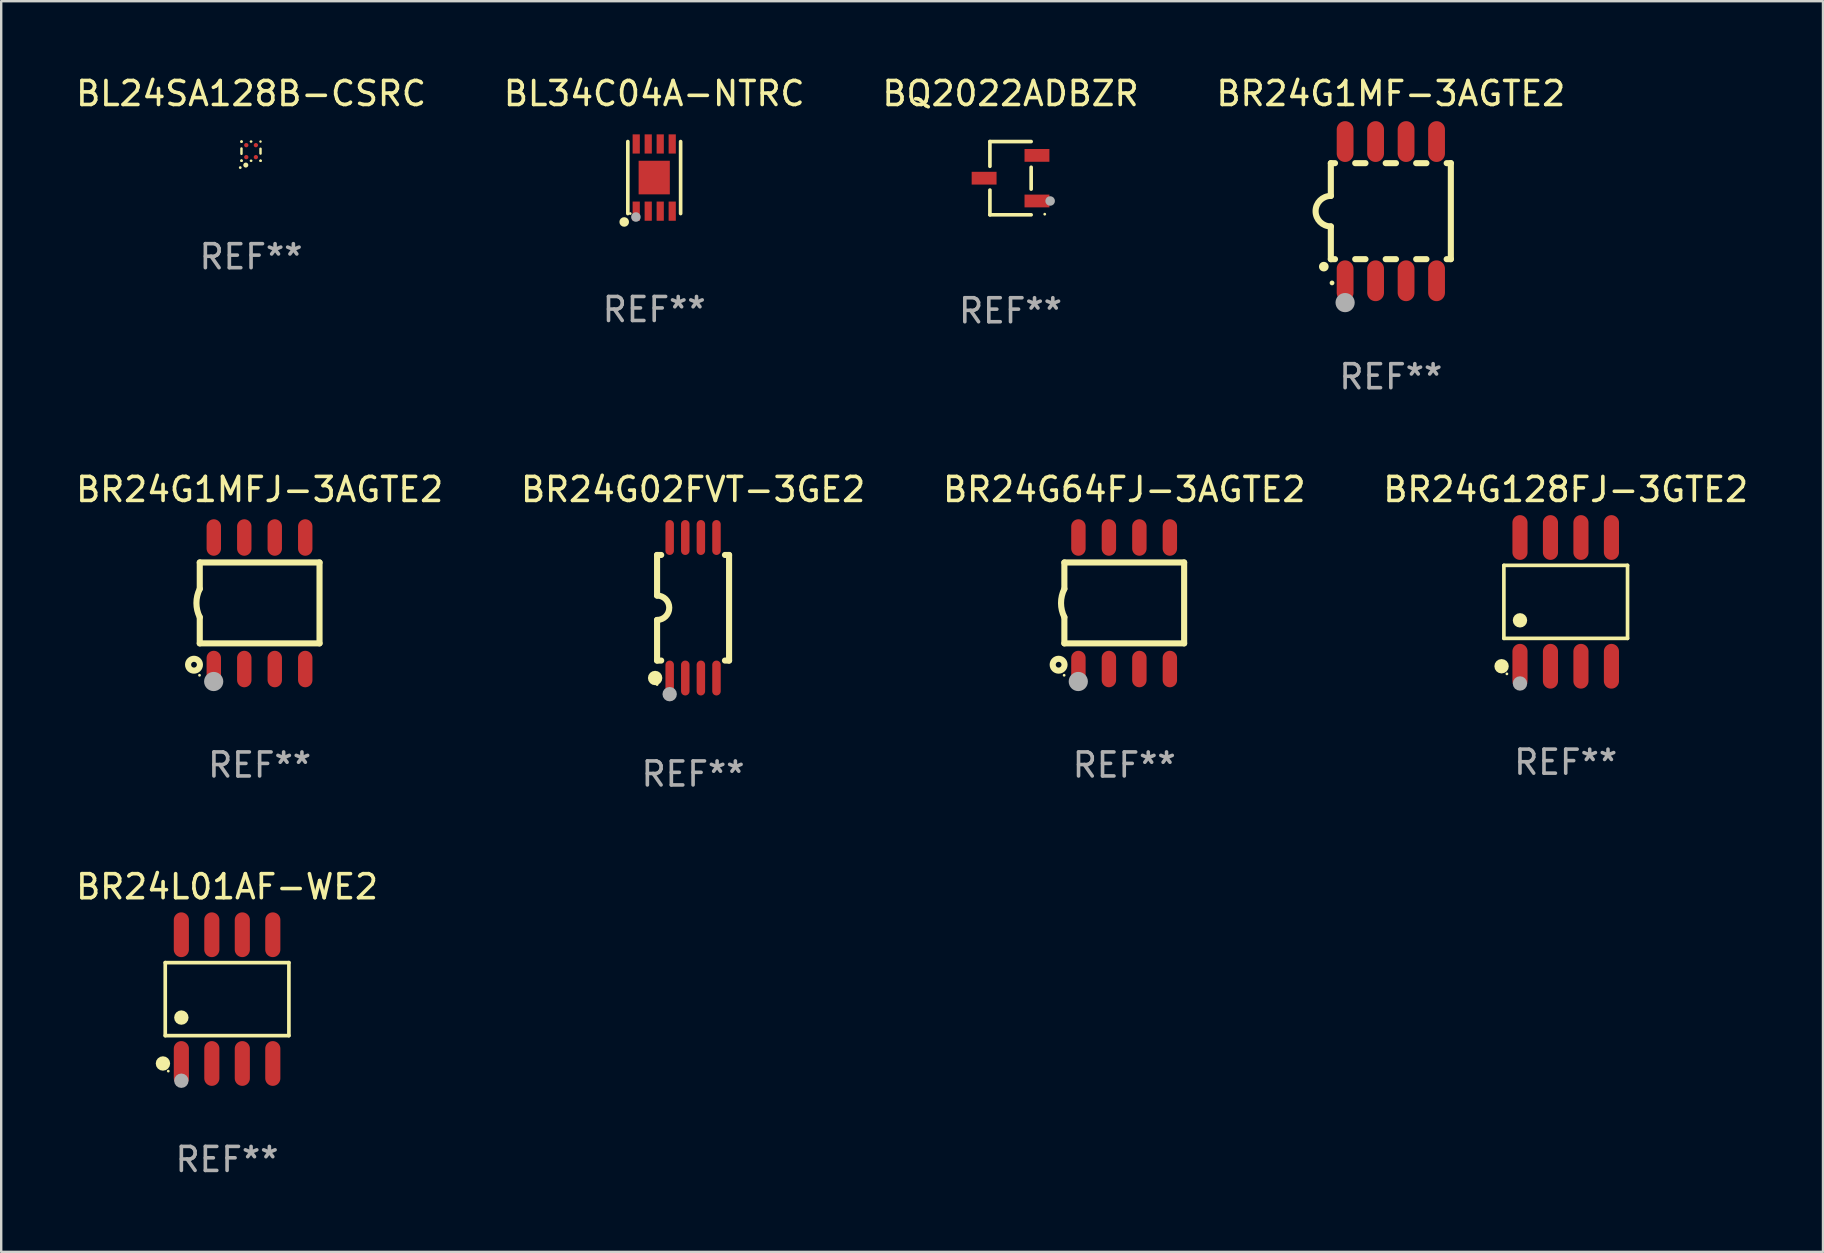
<source format=kicad_pcb>
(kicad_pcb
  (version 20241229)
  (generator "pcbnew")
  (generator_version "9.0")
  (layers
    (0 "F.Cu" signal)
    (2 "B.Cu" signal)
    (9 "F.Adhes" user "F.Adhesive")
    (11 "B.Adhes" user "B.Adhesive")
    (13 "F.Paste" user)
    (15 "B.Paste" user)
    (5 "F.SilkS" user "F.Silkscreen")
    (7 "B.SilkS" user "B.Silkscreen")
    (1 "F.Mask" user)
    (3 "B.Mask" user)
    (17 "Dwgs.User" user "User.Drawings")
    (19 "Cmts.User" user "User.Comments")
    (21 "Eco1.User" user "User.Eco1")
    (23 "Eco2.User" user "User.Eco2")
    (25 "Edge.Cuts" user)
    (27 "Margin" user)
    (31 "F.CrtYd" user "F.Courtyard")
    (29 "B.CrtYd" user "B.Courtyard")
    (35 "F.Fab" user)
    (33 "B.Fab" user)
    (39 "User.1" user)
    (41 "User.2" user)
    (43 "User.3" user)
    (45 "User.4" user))
  (footprint "BR24G02FVT-3GE2"
    (layer "F.Cu")
    (at 25.827 22.272)
    (property "Reference" "BR24G02FVT-3GE2" (at 0 -4.927 0) (layer "F.SilkS") (effects (font (size 1 1) (thickness 0.15))))
    (attr through_hole)
    (fp_line (start -1.5 -2.2) (end -1.5 -0.508) (stroke (width 0.254) (type solid)) (layer "F.SilkS"))
    (fp_line (start -1.5 -2.2) (end -1.328 -2.2) (stroke (width 0.254) (type solid)) (layer "F.SilkS"))
    (fp_line (start -1.5 2.2) (end -1.5 0.508) (stroke (width 0.254) (type solid)) (layer "F.SilkS"))
    (fp_line (start -1.5 2.2) (end -1.328 2.2) (stroke (width 0.254) (type solid)) (layer "F.SilkS"))
    (fp_line (start 1.328 -2.2) (end 1.5 -2.2) (stroke (width 0.254) (type solid)) (layer "F.SilkS"))
    (fp_line (start 1.328 2.2) (end 1.5 2.2) (stroke (width 0.254) (type solid)) (layer "F.SilkS"))
    (fp_line (start 1.5 -2.2) (end 1.5 2.2) (stroke (width 0.254) (type solid)) (layer "F.SilkS"))
    (fp_arc (start -1.501144 -0.508) (mid -0.993143 -0.000571) (end -1.5 0.508001) (stroke (width 0.254001) (type solid)) (layer "F.SilkS"))
    (fp_circle (center -1.581 2.927) (end -1.431 2.927) (stroke (width 0.3) (type solid)) (fill no) (layer "F.SilkS"))
    (fp_circle (center -1.5 3.2) (end -1.47 3.2) (stroke (width 0.06) (type solid)) (fill no) (layer "F.SilkS"))
    (fp_circle (center -0.975 3.6) (end -0.825 3.6) (stroke (width 0.3) (type solid)) (fill no) (layer "F.Fab"))
    (fp_text user "REF**" (at 0 6.927 0) (layer "F.Fab") (effects (font (size 1 1) (thickness 0.15))))
    (pad "1" smd oval (at -0.975 2.927) (size 0.353 1.454) (layers "F.Cu" "F.Mask" "F.Paste"))
    (pad "2" smd oval (at -0.325 2.927) (size 0.353 1.454) (layers "F.Cu" "F.Mask" "F.Paste"))
    (pad "3" smd oval (at 0.325 2.927) (size 0.353 1.454) (layers "F.Cu" "F.Mask" "F.Paste"))
    (pad "4" smd oval (at 0.975 2.927) (size 0.353 1.454) (layers "F.Cu" "F.Mask" "F.Paste"))
    (pad "5" smd oval (at 0.975 -2.927) (size 0.353 1.454) (layers "F.Cu" "F.Mask" "F.Paste"))
    (pad "6" smd oval (at 0.325 -2.927) (size 0.353 1.454) (layers "F.Cu" "F.Mask" "F.Paste"))
    (pad "7" smd oval (at -0.325 -2.927) (size 0.353 1.454) (layers "F.Cu" "F.Mask" "F.Paste"))
    (pad "8" smd oval (at -0.975 -2.927) (size 0.353 1.454) (layers "F.Cu" "F.Mask" "F.Paste")))
  (footprint "BR24G64FJ-3AGTE2"
    (layer "F.Cu")
    (at 43.792 22.085)
    (property "Reference" "BR24G64FJ-3AGTE2" (at 0 -4.74 0) (layer "F.SilkS") (effects (font (size 1 1) (thickness 0.15))))
    (attr through_hole)
    (fp_line (start -2.495 -1.7) (end 2.495 -1.7) (stroke (width 0.254) (type solid)) (layer "F.SilkS"))
    (fp_line (start -2.495 -0.6) (end -2.495 -1.7) (stroke (width 0.254) (type solid)) (layer "F.SilkS"))
    (fp_line (start -2.495 1.671) (end -2.495 0.58) (stroke (width 0.254) (type solid)) (layer "F.SilkS"))
    (fp_line (start 2.495 -1.7) (end 2.495 1.671) (stroke (width 0.254) (type solid)) (layer "F.SilkS"))
    (fp_line (start 2.495 1.671) (end -2.495 1.671) (stroke (width 0.254) (type solid)) (layer "F.SilkS"))
    (fp_arc (start -2.495009 0.58001) (mid -2.634112 -0.009995) (end -2.495009 -0.6) (stroke (width 0.254001) (type solid)) (layer "F.SilkS"))
    (fp_circle (center -2.735 2.56) (end -2.615 2.56) (stroke (width 0.254) (type solid)) (fill no) (layer "F.SilkS"))
    (fp_circle (center -2.505 3) (end -2.475 3) (stroke (width 0.06) (type solid)) (fill no) (layer "F.SilkS"))
    (fp_circle (center -1.915 3.26) (end -1.715 3.26) (stroke (width 0.4) (type solid)) (fill no) (layer "F.Fab"))
    (fp_text user "REF**" (at 0 6.74 0) (layer "F.Fab") (effects (font (size 1 1) (thickness 0.15))))
    (pad "1" smd oval (at -1.91 2.74) (size 0.6 1.52) (layers "F.Cu" "F.Mask" "F.Paste"))
    (pad "2" smd oval (at -0.64 2.74) (size 0.6 1.52) (layers "F.Cu" "F.Mask" "F.Paste"))
    (pad "3" smd oval (at 0.63 2.74) (size 0.6 1.52) (layers "F.Cu" "F.Mask" "F.Paste"))
    (pad "4" smd oval (at 1.9 2.74) (size 0.6 1.52) (layers "F.Cu" "F.Mask" "F.Paste"))
    (pad "5" smd oval (at 1.9 -2.74) (size 0.6 1.52) (layers "F.Cu" "F.Mask" "F.Paste"))
    (pad "6" smd oval (at 0.63 -2.74) (size 0.6 1.52) (layers "F.Cu" "F.Mask" "F.Paste"))
    (pad "7" smd oval (at -0.64 -2.74) (size 0.6 1.52) (layers "F.Cu" "F.Mask" "F.Paste"))
    (pad "8" smd oval (at -1.91 -2.74) (size 0.6 1.52) (layers "F.Cu" "F.Mask" "F.Paste")))
  (footprint "BR24L01AF-WE2"
    (layer "F.Cu")
    (at 6.411 38.578)
    (property "Reference" "BR24L01AF-WE2" (at 0 -4.682 0) (layer "F.SilkS") (effects (font (size 1 1) (thickness 0.15))))
    (attr through_hole)
    (fp_line (start -2.576 -1.521) (end 2.576 -1.521) (stroke (width 0.152) (type solid)) (layer "F.SilkS"))
    (fp_line (start -2.576 1.521) (end -2.576 -1.521) (stroke (width 0.152) (type solid)) (layer "F.SilkS"))
    (fp_line (start 2.576 -1.521) (end 2.576 1.521) (stroke (width 0.152) (type solid)) (layer "F.SilkS"))
    (fp_line (start 2.576 1.521) (end -2.576 1.521) (stroke (width 0.152) (type solid)) (layer "F.SilkS"))
    (fp_circle (center -2.672 2.682) (end -2.522 2.682) (stroke (width 0.3) (type solid)) (fill no) (layer "F.SilkS"))
    (fp_circle (center -2.45 3) (end -2.42 3) (stroke (width 0.06) (type solid)) (fill no) (layer "F.SilkS"))
    (fp_circle (center -1.905 0.769) (end -1.755 0.769) (stroke (width 0.3) (type solid)) (fill no) (layer "F.SilkS"))
    (fp_circle (center -1.905 3.4) (end -1.755 3.4) (stroke (width 0.3) (type solid)) (fill no) (layer "F.Fab"))
    (fp_text user "REF**" (at 0 6.682 0) (layer "F.Fab") (effects (font (size 1 1) (thickness 0.15))))
    (pad "1" smd oval (at -1.905 2.682) (size 0.63 1.865) (layers "F.Cu" "F.Mask" "F.Paste"))
    (pad "2" smd oval (at -0.635 2.682) (size 0.63 1.865) (layers "F.Cu" "F.Mask" "F.Paste"))
    (pad "3" smd oval (at 0.635 2.682) (size 0.63 1.865) (layers "F.Cu" "F.Mask" "F.Paste"))
    (pad "4" smd oval (at 1.905 2.682) (size 0.63 1.865) (layers "F.Cu" "F.Mask" "F.Paste"))
    (pad "5" smd oval (at 1.905 -2.682) (size 0.63 1.865) (layers "F.Cu" "F.Mask" "F.Paste"))
    (pad "6" smd oval (at 0.635 -2.682) (size 0.63 1.865) (layers "F.Cu" "F.Mask" "F.Paste"))
    (pad "7" smd oval (at -0.635 -2.682) (size 0.63 1.865) (layers "F.Cu" "F.Mask" "F.Paste"))
    (pad "8" smd oval (at -1.905 -2.682) (size 0.63 1.865) (layers "F.Cu" "F.Mask" "F.Paste")))
  (footprint "BR24G1MFJ-3AGTE2"
    (layer "F.Cu")
    (at 7.768 22.085)
    (property "Reference" "BR24G1MFJ-3AGTE2" (at 0 -4.74 0) (layer "F.SilkS") (effects (font (size 1 1) (thickness 0.15))))
    (attr through_hole)
    (fp_line (start -2.495 -1.7) (end 2.495 -1.7) (stroke (width 0.254) (type solid)) (layer "F.SilkS"))
    (fp_line (start -2.495 -0.6) (end -2.495 -1.7) (stroke (width 0.254) (type solid)) (layer "F.SilkS"))
    (fp_line (start -2.495 1.671) (end -2.495 0.58) (stroke (width 0.254) (type solid)) (layer "F.SilkS"))
    (fp_line (start 2.495 -1.7) (end 2.495 1.671) (stroke (width 0.254) (type solid)) (layer "F.SilkS"))
    (fp_line (start 2.495 1.671) (end -2.495 1.671) (stroke (width 0.254) (type solid)) (layer "F.SilkS"))
    (fp_arc (start -2.495009 0.58001) (mid -2.634112 -0.009995) (end -2.495009 -0.6) (stroke (width 0.254001) (type solid)) (layer "F.SilkS"))
    (fp_circle (center -2.735 2.56) (end -2.615 2.56) (stroke (width 0.254) (type solid)) (fill no) (layer "F.SilkS"))
    (fp_circle (center -2.505 3) (end -2.475 3) (stroke (width 0.06) (type solid)) (fill no) (layer "F.SilkS"))
    (fp_circle (center -1.915 3.26) (end -1.715 3.26) (stroke (width 0.4) (type solid)) (fill no) (layer "F.Fab"))
    (fp_text user "REF**" (at 0 6.74 0) (layer "F.Fab") (effects (font (size 1 1) (thickness 0.15))))
    (pad "1" smd oval (at -1.91 2.74) (size 0.6 1.52) (layers "F.Cu" "F.Mask" "F.Paste"))
    (pad "2" smd oval (at -0.64 2.74) (size 0.6 1.52) (layers "F.Cu" "F.Mask" "F.Paste"))
    (pad "3" smd oval (at 0.63 2.74) (size 0.6 1.52) (layers "F.Cu" "F.Mask" "F.Paste"))
    (pad "4" smd oval (at 1.9 2.74) (size 0.6 1.52) (layers "F.Cu" "F.Mask" "F.Paste"))
    (pad "5" smd oval (at 1.9 -2.74) (size 0.6 1.52) (layers "F.Cu" "F.Mask" "F.Paste"))
    (pad "6" smd oval (at 0.63 -2.74) (size 0.6 1.52) (layers "F.Cu" "F.Mask" "F.Paste"))
    (pad "7" smd oval (at -0.64 -2.74) (size 0.6 1.52) (layers "F.Cu" "F.Mask" "F.Paste"))
    (pad "8" smd oval (at -1.91 -2.74) (size 0.6 1.52) (layers "F.Cu" "F.Mask" "F.Paste")))
  (footprint "BL34C04A-NTRC"
    (layer "F.Cu")
    (at 24.208 4.348)
    (property "Reference" "BL34C04A-NTRC" (at 0 -3.5 0) (layer "F.SilkS") (effects (font (size 1 1) (thickness 0.15))))
    (attr through_hole)
    (fp_line (start -1.1 1.5) (end -1.1 -1.5) (stroke (width 0.152) (type solid)) (layer "F.SilkS"))
    (fp_line (start 1.1 -1.5) (end 1.1 1.5) (stroke (width 0.152) (type solid)) (layer "F.SilkS"))
    (fp_circle (center -1.25 1.85) (end -1.15 1.85) (stroke (width 0.2) (type solid)) (fill no) (layer "F.SilkS"))
    (fp_circle (center -1 1.5) (end -0.97 1.5) (stroke (width 0.06) (type solid)) (fill no) (layer "F.SilkS"))
    (fp_circle (center -0.763 1.644) (end -0.663 1.644) (stroke (width 0.2) (type solid)) (fill no) (layer "F.Fab"))
    (fp_text user "REF**" (at 0 5.5 0) (layer "F.Fab") (effects (font (size 1 1) (thickness 0.15))))
    (pad "1" smd rect (at -0.75 1.4 180) (size 0.3 0.8) (layers "F.Cu" "F.Mask" "F.Paste"))
    (pad "2" smd rect (at -0.25 1.4) (size 0.3 0.8) (layers "F.Cu" "F.Mask" "F.Paste"))
    (pad "3" smd rect (at 0.25 1.4) (size 0.3 0.8) (layers "F.Cu" "F.Mask" "F.Paste"))
    (pad "4" smd rect (at 0.75 1.4) (size 0.3 0.8) (layers "F.Cu" "F.Mask" "F.Paste"))
    (pad "5" smd rect (at 0.75 -1.4) (size 0.3 0.8) (layers "F.Cu" "F.Mask" "F.Paste"))
    (pad "6" smd rect (at 0.25 -1.4) (size 0.3 0.8) (layers "F.Cu" "F.Mask" "F.Paste"))
    (pad "7" smd rect (at -0.25 -1.4) (size 0.3 0.8) (layers "F.Cu" "F.Mask" "F.Paste"))
    (pad "8" smd rect (at -0.75 -1.4) (size 0.3 0.8) (layers "F.Cu" "F.Mask" "F.Paste"))
    (pad "9" smd rect (at 0 0 180) (size 1.3 1.4) (layers "F.Cu" "F.Mask" "F.Paste")))
  (footprint "BR24G128FJ-3GTE2"
    (layer "F.Cu")
    (at 62.185 22.027)
    (property "Reference" "BR24G128FJ-3GTE2" (at 0 -4.682 0) (layer "F.SilkS") (effects (font (size 1 1) (thickness 0.15))))
    (attr through_hole)
    (fp_line (start -2.576 -1.521) (end 2.576 -1.521) (stroke (width 0.152) (type solid)) (layer "F.SilkS"))
    (fp_line (start -2.576 1.521) (end -2.576 -1.521) (stroke (width 0.152) (type solid)) (layer "F.SilkS"))
    (fp_line (start 2.576 -1.521) (end 2.576 1.521) (stroke (width 0.152) (type solid)) (layer "F.SilkS"))
    (fp_line (start 2.576 1.521) (end -2.576 1.521) (stroke (width 0.152) (type solid)) (layer "F.SilkS"))
    (fp_circle (center -2.672 2.682) (end -2.522 2.682) (stroke (width 0.3) (type solid)) (fill no) (layer "F.SilkS"))
    (fp_circle (center -2.45 3) (end -2.42 3) (stroke (width 0.06) (type solid)) (fill no) (layer "F.SilkS"))
    (fp_circle (center -1.905 0.769) (end -1.755 0.769) (stroke (width 0.3) (type solid)) (fill no) (layer "F.SilkS"))
    (fp_circle (center -1.905 3.4) (end -1.755 3.4) (stroke (width 0.3) (type solid)) (fill no) (layer "F.Fab"))
    (fp_text user "REF**" (at 0 6.682 0) (layer "F.Fab") (effects (font (size 1 1) (thickness 0.15))))
    (pad "1" smd oval (at -1.905 2.682) (size 0.63 1.865) (layers "F.Cu" "F.Mask" "F.Paste"))
    (pad "2" smd oval (at -0.635 2.682) (size 0.63 1.865) (layers "F.Cu" "F.Mask" "F.Paste"))
    (pad "3" smd oval (at 0.635 2.682) (size 0.63 1.865) (layers "F.Cu" "F.Mask" "F.Paste"))
    (pad "4" smd oval (at 1.905 2.682) (size 0.63 1.865) (layers "F.Cu" "F.Mask" "F.Paste"))
    (pad "5" smd oval (at 1.905 -2.682) (size 0.63 1.865) (layers "F.Cu" "F.Mask" "F.Paste"))
    (pad "6" smd oval (at 0.635 -2.682) (size 0.63 1.865) (layers "F.Cu" "F.Mask" "F.Paste"))
    (pad "7" smd oval (at -0.635 -2.682) (size 0.63 1.865) (layers "F.Cu" "F.Mask" "F.Paste"))
    (pad "8" smd oval (at -1.905 -2.682) (size 0.63 1.865) (layers "F.Cu" "F.Mask" "F.Paste")))
  (footprint "BQ2022ADBZR"
    (layer "F.Cu")
    (at 39.054 4.374)
    (property "Reference" "BQ2022ADBZR" (at 0 -3.526 0) (layer "F.SilkS") (effects (font (size 1 1) (thickness 0.15))))
    (attr through_hole)
    (fp_line (start -0.859 -1.526) (end -0.859 -0.495) (stroke (width 0.152) (type solid)) (layer "F.SilkS"))
    (fp_line (start -0.859 1.526) (end -0.859 0.495) (stroke (width 0.152) (type solid)) (layer "F.SilkS"))
    (fp_line (start 0.859 -1.526) (end -0.859 -1.526) (stroke (width 0.152) (type solid)) (layer "F.SilkS"))
    (fp_line (start 0.859 -0.455) (end 0.859 0.455) (stroke (width 0.152) (type solid)) (layer "F.SilkS"))
    (fp_line (start 0.859 1.526) (end -0.859 1.526) (stroke (width 0.152) (type solid)) (layer "F.SilkS"))
    (fp_circle (center 1.425 1.5) (end 1.455 1.5) (stroke (width 0.06) (type solid)) (fill no) (layer "F.SilkS"))
    (fp_circle (center 1.65 0.95) (end 1.75 0.95) (stroke (width 0.2) (type solid)) (fill no) (layer "F.Fab"))
    (fp_text user "REF**" (at 0 5.526 0) (layer "F.Fab") (effects (font (size 1 1) (thickness 0.15))))
    (pad "1" smd rect (at 1.101 0.95) (size 1.037 0.532) (layers "F.Cu" "F.Mask" "F.Paste"))
    (pad "2" smd rect (at 1.101 -0.95) (size 1.037 0.532) (layers "F.Cu" "F.Mask" "F.Paste"))
    (pad "3" smd rect (at -1.101 0) (size 1.037 0.532) (layers "F.Cu" "F.Mask" "F.Paste")))
  (footprint "BR24G1MF-3AGTE2"
    (layer "F.Cu")
    (at 54.899 5.748)
    (property "Reference" "BR24G1MF-3AGTE2" (at 0 -4.9 0) (layer "F.SilkS") (effects (font (size 1 1) (thickness 0.15))))
    (attr through_hole)
    (fp_line (start -2.5 -2) (end -2.5 -0.635) (stroke (width 0.254) (type solid)) (layer "F.SilkS"))
    (fp_line (start -2.5 -2) (end -2.326 -2) (stroke (width 0.254) (type solid)) (layer "F.SilkS"))
    (fp_line (start -2.5 2) (end -2.5 0.635) (stroke (width 0.254) (type solid)) (layer "F.SilkS"))
    (fp_line (start -2.5 2) (end -2.326 2) (stroke (width 0.254) (type solid)) (layer "F.SilkS"))
    (fp_line (start -1.484 -2) (end -1.056 -2) (stroke (width 0.254) (type solid)) (layer "F.SilkS"))
    (fp_line (start -1.484 2) (end -1.056 2) (stroke (width 0.254) (type solid)) (layer "F.SilkS"))
    (fp_line (start -0.214 -2) (end 0.214 -2) (stroke (width 0.254) (type solid)) (layer "F.SilkS"))
    (fp_line (start -0.214 2) (end 0.214 2) (stroke (width 0.254) (type solid)) (layer "F.SilkS"))
    (fp_line (start 1.056 -2) (end 1.484 -2) (stroke (width 0.254) (type solid)) (layer "F.SilkS"))
    (fp_line (start 1.056 2) (end 1.484 2) (stroke (width 0.254) (type solid)) (layer "F.SilkS"))
    (fp_line (start 2.326 -2) (end 2.5 -2) (stroke (width 0.254) (type solid)) (layer "F.SilkS"))
    (fp_line (start 2.326 2) (end 2.5 2) (stroke (width 0.254) (type solid)) (layer "F.SilkS"))
    (fp_line (start 2.5 -2) (end 2.5 2) (stroke (width 0.254) (type solid)) (layer "F.SilkS"))
    (fp_arc (start -2.794006 2.311405) (mid -2.792736 2.311401) (end -2.791466 2.311405) (stroke (width 0.4) (type solid)) (layer "F.SilkS"))
    (fp_arc (start -2.5 0.635001) (mid -3.134366 -0.000318) (end -2.499365 -0.635001) (stroke (width 0.254001) (type solid)) (layer "F.SilkS"))
    (fp_circle (center -2.45 2.99) (end -2.4 2.99) (stroke (width 0.1) (type solid)) (fill no) (layer "F.SilkS"))
    (fp_circle (center -1.905 3.81) (end -1.705 3.81) (stroke (width 0.4) (type solid)) (fill no) (layer "F.Fab"))
    (fp_text user "REF**" (at 0 6.9 0) (layer "F.Fab") (effects (font (size 1 1) (thickness 0.15))))
    (pad "1" smd oval (at -1.905 2.9 180) (size 0.7 1.7) (layers "F.Cu" "F.Mask" "F.Paste"))
    (pad "2" smd oval (at -0.635 2.9 180) (size 0.7 1.7) (layers "F.Cu" "F.Mask" "F.Paste"))
    (pad "3" smd oval (at 0.635 2.9 180) (size 0.7 1.7) (layers "F.Cu" "F.Mask" "F.Paste"))
    (pad "4" smd oval (at 1.905 2.9 180) (size 0.7 1.7) (layers "F.Cu" "F.Mask" "F.Paste"))
    (pad "5" smd oval (at 1.905 -2.9 180) (size 0.7 1.7) (layers "F.Cu" "F.Mask" "F.Paste"))
    (pad "6" smd oval (at 0.635 -2.9 180) (size 0.7 1.7) (layers "F.Cu" "F.Mask" "F.Paste"))
    (pad "7" smd oval (at -0.635 -2.9 180) (size 0.7 1.7) (layers "F.Cu" "F.Mask" "F.Paste"))
    (pad "8" smd oval (at -1.905 -2.9 180) (size 0.7 1.7) (layers "F.Cu" "F.Mask" "F.Paste")))
  (footprint "BL24SA128B-CSRC"
    (layer "F.Cu")
    (at 7.411 3.248)
    (property "Reference" "BL24SA128B-CSRC" (at 0 -2.4 0) (layer "F.SilkS") (effects (font (size 1 1) (thickness 0.15))))
    (attr through_hole)
    (fp_line (start -0.4 -0.4) (end -0.393 -0.4) (stroke (width 0.102) (type solid)) (layer "F.SilkS"))
    (fp_line (start -0.4 -0.39) (end -0.4 -0.4) (stroke (width 0.102) (type solid)) (layer "F.SilkS"))
    (fp_line (start -0.4 0.111) (end -0.4 -0.111) (stroke (width 0.102) (type solid)) (layer "F.SilkS"))
    (fp_line (start -0.4 0.4) (end -0.4 0.39) (stroke (width 0.102) (type solid)) (layer "F.SilkS"))
    (fp_line (start -0.4 0.4) (end -0.393 0.4) (stroke (width 0.102) (type solid)) (layer "F.SilkS"))
    (fp_line (start -0.007 -0.4) (end 0.007 -0.4) (stroke (width 0.102) (type solid)) (layer "F.SilkS"))
    (fp_line (start -0.007 0.4) (end 0.007 0.4) (stroke (width 0.102) (type solid)) (layer "F.SilkS"))
    (fp_line (start 0.393 -0.399) (end 0.393 -0.4) (stroke (width 0.102) (type solid)) (layer "F.SilkS"))
    (fp_line (start 0.393 0.101) (end 0.393 -0.101) (stroke (width 0.102) (type solid)) (layer "F.SilkS"))
    (fp_line (start 0.393 0.4) (end 0.393 0.399) (stroke (width 0.102) (type solid)) (layer "F.SilkS"))
    (fp_line (start 0.393 0.4) (end 0.4 0.4) (stroke (width 0.102) (type solid)) (layer "F.SilkS"))
    (fp_circle (center -0.451 0.685) (end -0.421 0.685) (stroke (width 0.06) (type solid)) (fill no) (layer "F.SilkS"))
    (fp_circle (center -0.22 0.58) (end -0.166 0.58) (stroke (width 0.102) (type solid)) (fill no) (layer "F.SilkS"))
    (fp_text user "REF**" (at 0 4.4 0) (layer "F.Fab") (effects (font (size 1 1) (thickness 0.15))))
    (pad "A1" smd circle (at -0.2 0.25) (size 0.18 0.18) (layers "F.Cu" "F.Mask" "F.Paste"))
    (pad "A2" smd circle (at -0.2 -0.25) (size 0.18 0.18) (layers "F.Cu" "F.Mask" "F.Paste"))
    (pad "B1" smd circle (at 0.2 0.25) (size 0.18 0.18) (layers "F.Cu" "F.Mask" "F.Paste"))
    (pad "B2" smd circle (at 0.2 -0.25) (size 0.18 0.18) (layers "F.Cu" "F.Mask" "F.Paste")))
  (gr_rect
    (start -3 -3)
    (end 72.905 49.109)
    (stroke (width 0.1) (type default))
    (fill no)
    (layer "Edge.Cuts")))
</source>
